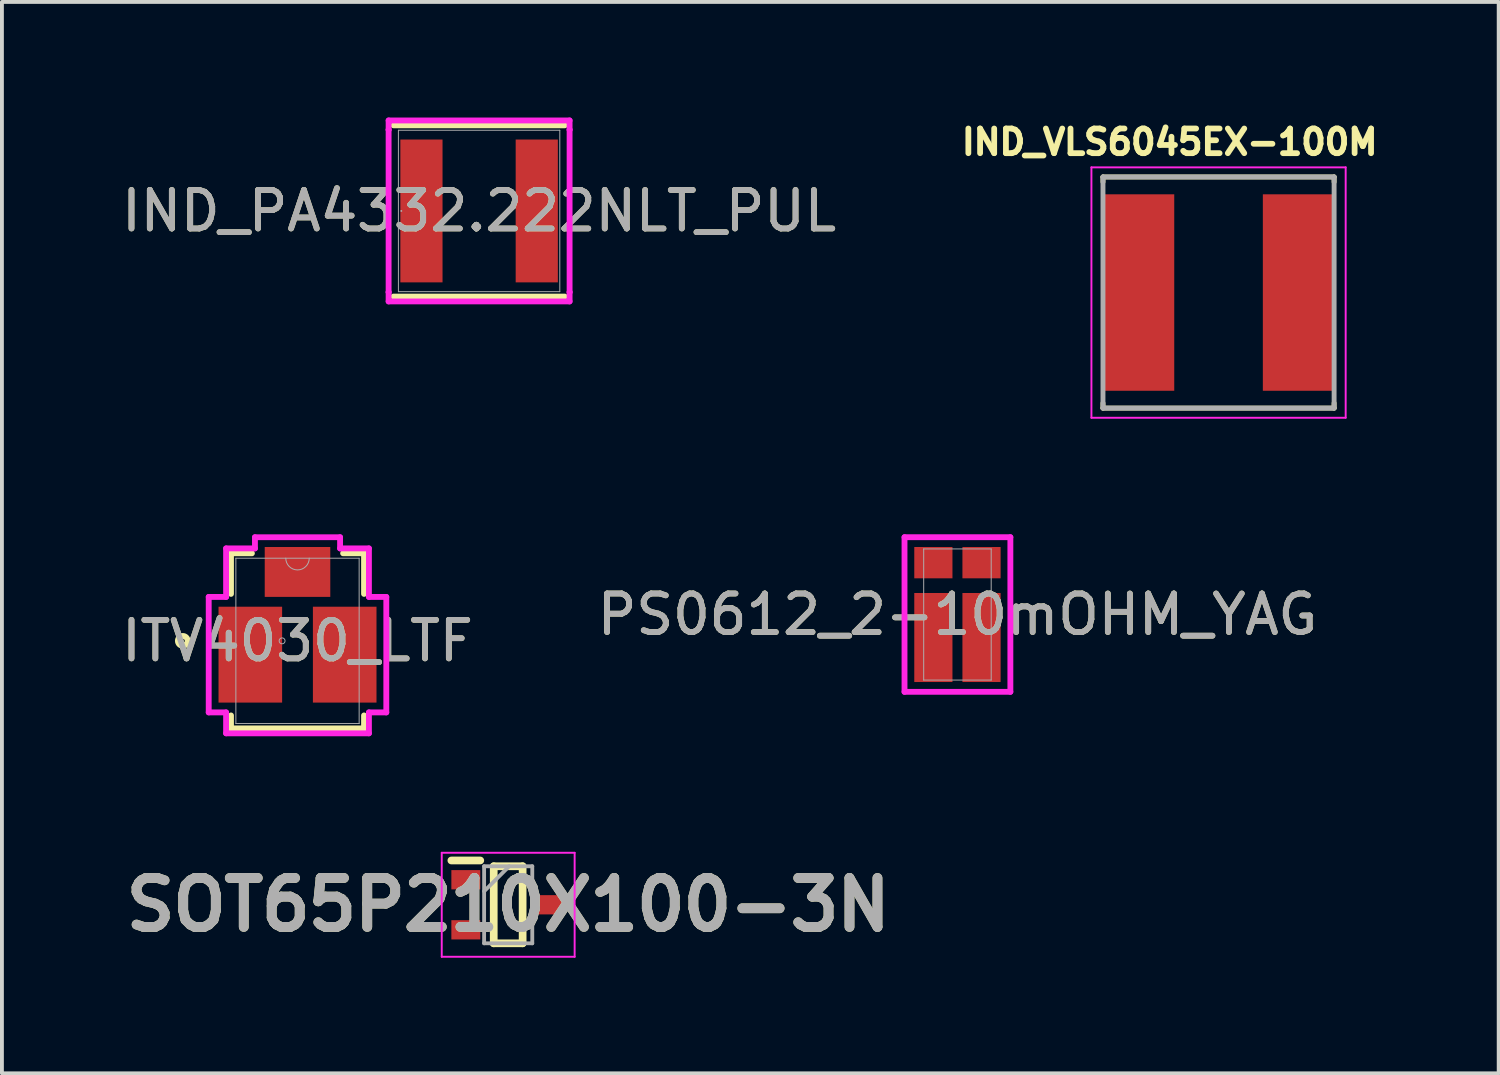
<source format=kicad_pcb>
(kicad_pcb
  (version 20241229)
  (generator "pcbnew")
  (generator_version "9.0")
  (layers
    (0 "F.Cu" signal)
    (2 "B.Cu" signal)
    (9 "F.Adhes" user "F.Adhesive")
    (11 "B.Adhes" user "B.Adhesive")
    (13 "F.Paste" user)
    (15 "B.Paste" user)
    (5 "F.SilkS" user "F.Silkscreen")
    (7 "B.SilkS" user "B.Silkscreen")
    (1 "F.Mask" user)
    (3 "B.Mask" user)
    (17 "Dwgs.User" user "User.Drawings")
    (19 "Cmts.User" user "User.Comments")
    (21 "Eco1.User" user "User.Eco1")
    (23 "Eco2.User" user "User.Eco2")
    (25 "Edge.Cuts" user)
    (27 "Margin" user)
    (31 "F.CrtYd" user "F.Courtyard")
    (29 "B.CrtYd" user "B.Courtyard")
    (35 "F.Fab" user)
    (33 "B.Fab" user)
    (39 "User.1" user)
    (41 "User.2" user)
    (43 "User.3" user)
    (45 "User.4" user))
  (footprint "ITV4030_LTF"
    (layer "F.Cu")
    (at 4.673 13.586)
    (property "Reference" "ITV4030_LTF" (at 0 0 0) (unlocked yes) (layer "F.SilkS") (effects (font (size 1 1) (thickness 0.15))))
    (attr smd)
    (fp_line (start -1.727 -2.273) (end -1.184 -2.273) (stroke (width 0.152) (type solid)) (layer "F.SilkS"))
    (fp_line (start -1.727 -1.219) (end -1.727 -2.273) (stroke (width 0.152) (type solid)) (layer "F.SilkS"))
    (fp_line (start -1.727 2.273) (end -1.727 1.936) (stroke (width 0.152) (type solid)) (layer "F.SilkS"))
    (fp_line (start 1.184 -2.273) (end 1.727 -2.273) (stroke (width 0.152) (type solid)) (layer "F.SilkS"))
    (fp_line (start 1.727 -2.273) (end 1.727 -1.219) (stroke (width 0.152) (type solid)) (layer "F.SilkS"))
    (fp_line (start 1.727 1.936) (end 1.727 2.273) (stroke (width 0.152) (type solid)) (layer "F.SilkS"))
    (fp_line (start 1.727 2.273) (end -1.727 2.273) (stroke (width 0.152) (type solid)) (layer "F.SilkS"))
    (fp_circle (center -2.978 0) (end -2.851 0) (stroke (width 0.152) (type solid)) (fill no) (layer "F.SilkS"))
    (fp_line (start -2.305 -1.14) (end -2.305 1.857) (stroke (width 0.152) (type solid)) (layer "F.CrtYd"))
    (fp_line (start -2.305 1.857) (end -1.854 1.857) (stroke (width 0.152) (type solid)) (layer "F.CrtYd"))
    (fp_line (start -1.854 -2.4) (end -1.854 -1.14) (stroke (width 0.152) (type solid)) (layer "F.CrtYd"))
    (fp_line (start -1.854 -1.14) (end -2.305 -1.14) (stroke (width 0.152) (type solid)) (layer "F.CrtYd"))
    (fp_line (start -1.854 1.857) (end -1.854 2.4) (stroke (width 0.152) (type solid)) (layer "F.CrtYd"))
    (fp_line (start -1.854 2.4) (end 1.854 2.4) (stroke (width 0.152) (type solid)) (layer "F.CrtYd"))
    (fp_line (start -1.105 -2.69) (end -1.105 -2.4) (stroke (width 0.152) (type solid)) (layer "F.CrtYd"))
    (fp_line (start -1.105 -2.4) (end -1.854 -2.4) (stroke (width 0.152) (type solid)) (layer "F.CrtYd"))
    (fp_line (start 1.105 -2.69) (end -1.105 -2.69) (stroke (width 0.152) (type solid)) (layer "F.CrtYd"))
    (fp_line (start 1.105 -2.4) (end 1.105 -2.69) (stroke (width 0.152) (type solid)) (layer "F.CrtYd"))
    (fp_line (start 1.854 -2.4) (end 1.105 -2.4) (stroke (width 0.152) (type solid)) (layer "F.CrtYd"))
    (fp_line (start 1.854 -1.14) (end 1.854 -2.4) (stroke (width 0.152) (type solid)) (layer "F.CrtYd"))
    (fp_line (start 1.854 1.857) (end 2.305 1.857) (stroke (width 0.152) (type solid)) (layer "F.CrtYd"))
    (fp_line (start 1.854 2.4) (end 1.854 1.857) (stroke (width 0.152) (type solid)) (layer "F.CrtYd"))
    (fp_line (start 2.305 -1.14) (end 1.854 -1.14) (stroke (width 0.152) (type solid)) (layer "F.CrtYd"))
    (fp_line (start 2.305 1.857) (end 2.305 -1.14) (stroke (width 0.152) (type solid)) (layer "F.CrtYd"))
    (fp_line (start -1.6 -2.146) (end -1.6 2.146) (stroke (width 0.025) (type solid)) (layer "F.Fab"))
    (fp_line (start -1.6 2.146) (end 1.6 2.146) (stroke (width 0.025) (type solid)) (layer "F.Fab"))
    (fp_line (start 1.6 -2.146) (end -1.6 -2.146) (stroke (width 0.025) (type solid)) (layer "F.Fab"))
    (fp_line (start 1.6 2.146) (end 1.6 -2.146) (stroke (width 0.025) (type solid)) (layer "F.Fab"))
    (fp_arc (start 0.3048 -2.1463) (mid 0 -1.8415) (end -0.3048 -2.1463) (stroke (width 0.0254) (type solid)) (layer "F.Fab"))
    (fp_circle (center -0.4 0) (end -0.323 0) (stroke (width 0.025) (type solid)) (fill no) (layer "F.Fab"))
    (fp_text user "${REFERENCE}" (at 0 0 0) (unlocked yes) (layer "F.Fab") (effects (font (size 1 1) (thickness 0.15))))
    (pad "1" smd rect (at -1.225 0.358) (size 1.651 2.489) (layers "F.Cu" "F.Mask" "F.Paste"))
    (pad "2" smd rect (at 1.225 0.358) (size 1.651 2.489) (layers "F.Cu" "F.Mask" "F.Paste"))
    (pad "3" smd rect (at 0 -1.789) (size 1.702 1.295) (layers "F.Cu" "F.Mask")))
  (footprint "IND_PA4332.222NLT_PUL"
    (layer "F.Cu")
    (at 9.387 2.426)
    (property "Reference" "IND_PA4332.222NLT_PUL" (at 0 0 0) (unlocked yes) (layer "F.SilkS") (effects (font (size 1 1) (thickness 0.15))))
    (attr smd)
    (fp_line (start -2.223 2.223) (end 2.223 2.223) (stroke (width 0.152) (type solid)) (layer "F.SilkS"))
    (fp_line (start 2.223 -2.223) (end -2.223 -2.223) (stroke (width 0.152) (type solid)) (layer "F.SilkS"))
    (fp_line (start -2.349 -2.349) (end 2.349 -2.349) (stroke (width 0.152) (type solid)) (layer "F.CrtYd"))
    (fp_line (start -2.349 -2.108) (end -2.349 -2.349) (stroke (width 0.152) (type solid)) (layer "F.CrtYd"))
    (fp_line (start -2.349 -2.108) (end -2.349 -2.108) (stroke (width 0.152) (type solid)) (layer "F.CrtYd"))
    (fp_line (start -2.349 2.108) (end -2.349 -2.108) (stroke (width 0.152) (type solid)) (layer "F.CrtYd"))
    (fp_line (start -2.349 2.108) (end -2.349 2.108) (stroke (width 0.152) (type solid)) (layer "F.CrtYd"))
    (fp_line (start -2.349 2.349) (end -2.349 2.108) (stroke (width 0.152) (type solid)) (layer "F.CrtYd"))
    (fp_line (start 2.349 -2.349) (end 2.349 -2.108) (stroke (width 0.152) (type solid)) (layer "F.CrtYd"))
    (fp_line (start 2.349 -2.108) (end 2.349 -2.108) (stroke (width 0.152) (type solid)) (layer "F.CrtYd"))
    (fp_line (start 2.349 -2.108) (end 2.349 2.108) (stroke (width 0.152) (type solid)) (layer "F.CrtYd"))
    (fp_line (start 2.349 2.108) (end 2.349 2.108) (stroke (width 0.152) (type solid)) (layer "F.CrtYd"))
    (fp_line (start 2.349 2.108) (end 2.349 2.349) (stroke (width 0.152) (type solid)) (layer "F.CrtYd"))
    (fp_line (start 2.349 2.349) (end -2.349 2.349) (stroke (width 0.152) (type solid)) (layer "F.CrtYd"))
    (fp_line (start -2.095 -2.095) (end -2.095 2.095) (stroke (width 0.025) (type solid)) (layer "F.Fab"))
    (fp_line (start -2.095 2.095) (end 2.095 2.095) (stroke (width 0.025) (type solid)) (layer "F.Fab"))
    (fp_line (start 2.095 -2.095) (end -2.095 -2.095) (stroke (width 0.025) (type solid)) (layer "F.Fab"))
    (fp_line (start 2.095 2.095) (end 2.095 -2.095) (stroke (width 0.025) (type solid)) (layer "F.Fab"))
    (fp_circle (center -2.019 0) (end -2.019 0) (stroke (width 0.025) (type solid)) (fill no) (layer "F.Fab"))
    (fp_text user "${REFERENCE}" (at 0 0 0) (unlocked yes) (layer "F.Fab") (effects (font (size 1 1) (thickness 0.15))))
    (pad "1" smd rect (at -1.497 0) (size 1.095 3.708) (layers "F.Cu" "F.Mask" "F.Paste"))
    (pad "2" smd rect (at 1.497 0) (size 1.095 3.708) (layers "F.Cu" "F.Mask" "F.Paste"))
    (zone (net_name "") (layer "F.Cu") (hatch full 0.508) (connect_pads) (min_thickness 0.254) (filled_areas_thickness no) (keepout (tracks not_allowed) (vias not_allowed) (pads allowed) (copperpour not_allowed) (footprints allowed)) (placement (enabled no)) (fill) (polygon (pts (xy 8.488 0.381) (xy 10.286 0.381) (xy 10.286 4.47) (xy 8.488 4.47)))))
  (footprint "SOT65P210X100-3N"
    (layer "F.Cu")
    (at 10.142 20.437)
    (property "Reference" "SOT65P210X100-3N" (at 0 0 0) (layer "F.SilkS") (effects (font (size 1.27 1.27) (thickness 0.254))))
    (attr smd)
    (fp_line (start -1.475 -1.15) (end -0.725 -1.15) (stroke (width 0.2) (type solid)) (layer "F.SilkS"))
    (fp_line (start -0.375 -1) (end 0.375 -1) (stroke (width 0.2) (type solid)) (layer "F.SilkS"))
    (fp_line (start -0.375 1) (end -0.375 -1) (stroke (width 0.2) (type solid)) (layer "F.SilkS"))
    (fp_line (start 0.375 -1) (end 0.375 1) (stroke (width 0.2) (type solid)) (layer "F.SilkS"))
    (fp_line (start 0.375 1) (end -0.375 1) (stroke (width 0.2) (type solid)) (layer "F.SilkS"))
    (fp_line (start -1.725 -1.35) (end 1.725 -1.35) (stroke (width 0.05) (type solid)) (layer "F.CrtYd"))
    (fp_line (start -1.725 1.35) (end -1.725 -1.35) (stroke (width 0.05) (type solid)) (layer "F.CrtYd"))
    (fp_line (start 1.725 -1.35) (end 1.725 1.35) (stroke (width 0.05) (type solid)) (layer "F.CrtYd"))
    (fp_line (start 1.725 1.35) (end -1.725 1.35) (stroke (width 0.05) (type solid)) (layer "F.CrtYd"))
    (fp_line (start -0.625 -1) (end 0.625 -1) (stroke (width 0.1) (type solid)) (layer "F.Fab"))
    (fp_line (start -0.625 -0.35) (end 0.025 -1) (stroke (width 0.1) (type solid)) (layer "F.Fab"))
    (fp_line (start -0.625 1) (end -0.625 -1) (stroke (width 0.1) (type solid)) (layer "F.Fab"))
    (fp_line (start 0.625 -1) (end 0.625 1) (stroke (width 0.1) (type solid)) (layer "F.Fab"))
    (fp_line (start 0.625 1) (end -0.625 1) (stroke (width 0.1) (type solid)) (layer "F.Fab"))
    (fp_text user "${REFERENCE}" (at 0 0 0) (layer "F.Fab") (effects (font (size 1.27 1.27) (thickness 0.254))))
    (pad "1" smd rect (at -1.1 -0.65 90) (size 0.5 0.75) (layers "F.Cu" "F.Mask" "F.Paste"))
    (pad "2" smd rect (at -1.1 0.65 90) (size 0.5 0.75) (layers "F.Cu" "F.Mask" "F.Paste"))
    (pad "3" smd rect (at 1.1 0 90) (size 0.5 0.75) (layers "F.Cu" "F.Mask" "F.Paste")))
  (footprint "PS0612_2-10mOHM_YAG"
    (layer "F.Cu")
    (at 21.804 12.902)
    (property "Reference" "PS0612_2-10mOHM_YAG" (at 0 0 0) (unlocked yes) (layer "F.SilkS") (effects (font (size 1 1) (thickness 0.15))))
    (attr smd)
    (fp_line (start -1.374 -2.007) (end 1.374 -2.007) (stroke (width 0.152) (type solid)) (layer "F.CrtYd"))
    (fp_line (start -1.374 2.007) (end -1.374 -2.007) (stroke (width 0.152) (type solid)) (layer "F.CrtYd"))
    (fp_line (start 1.374 -2.007) (end 1.374 2.007) (stroke (width 0.152) (type solid)) (layer "F.CrtYd"))
    (fp_line (start 1.374 2.007) (end -1.374 2.007) (stroke (width 0.152) (type solid)) (layer "F.CrtYd"))
    (fp_line (start -0.876 -1.702) (end -0.876 1.702) (stroke (width 0.025) (type solid)) (layer "F.Fab"))
    (fp_line (start -0.876 1.702) (end 0.876 1.702) (stroke (width 0.025) (type solid)) (layer "F.Fab"))
    (fp_line (start 0.876 -1.702) (end -0.876 -1.702) (stroke (width 0.025) (type solid)) (layer "F.Fab"))
    (fp_line (start 0.876 1.702) (end 0.876 -1.702) (stroke (width 0.025) (type solid)) (layer "F.Fab"))
    (fp_text user "${REFERENCE}" (at 0 0 0) (unlocked yes) (layer "F.Fab") (effects (font (size 1 1) (thickness 0.15))))
    (pad "1" smd rect (at -0.625 0.597) (size 0.991 2.311) (layers "F.Cu" "F.Mask" "F.Paste"))
    (pad "2" smd rect (at -0.625 -1.346) (size 0.991 0.813) (layers "F.Cu" "F.Mask" "F.Paste"))
    (pad "3" smd rect (at 0.625 -1.346) (size 0.991 0.813) (layers "F.Cu" "F.Mask" "F.Paste"))
    (pad "4" smd rect (at 0.625 0.597) (size 0.991 2.311) (layers "F.Cu" "F.Mask" "F.Paste"))
    (zone (net_name "") (layer "F.Cu") (hatch full 0.508) (connect_pads) (min_thickness 0.254) (filled_areas_thickness no) (keepout (tracks not_allowed) (vias not_allowed) (pads allowed) (copperpour not_allowed) (footprints allowed)) (placement (enabled no)) (fill) (polygon (pts (xy 21.725 11.251) (xy 21.882 11.251) (xy 21.882 14.553) (xy 21.725 14.553)))))
  (footprint "IND_VLS6045EX-100M"
    (layer "F.Cu")
    (at 28.582 4.544)
    (property "Reference" "IND_VLS6045EX-100M" (at -1.268 -3.906 0) (layer "F.SilkS") (effects (font (size 0.64 0.64) (thickness 0.15))))
    (attr smd)
    (fp_line (start -3 -3) (end -3 -2.87) (stroke (width 0.127) (type solid)) (layer "F.SilkS"))
    (fp_line (start -3 -3) (end 3 -3) (stroke (width 0.127) (type solid)) (layer "F.SilkS"))
    (fp_line (start -3 3) (end -3 2.87) (stroke (width 0.127) (type solid)) (layer "F.SilkS"))
    (fp_line (start -3 3) (end 3 3) (stroke (width 0.127) (type solid)) (layer "F.SilkS"))
    (fp_line (start 3 -3) (end 3 -2.87) (stroke (width 0.127) (type solid)) (layer "F.SilkS"))
    (fp_line (start 3 3) (end 3 2.87) (stroke (width 0.127) (type solid)) (layer "F.SilkS"))
    (fp_line (start -3.3 -3.25) (end -3.3 3.25) (stroke (width 0.05) (type solid)) (layer "F.CrtYd"))
    (fp_line (start -3.3 3.25) (end 3.3 3.25) (stroke (width 0.05) (type solid)) (layer "F.CrtYd"))
    (fp_line (start 3.3 -3.25) (end -3.3 -3.25) (stroke (width 0.05) (type solid)) (layer "F.CrtYd"))
    (fp_line (start 3.3 3.25) (end 3.3 -3.25) (stroke (width 0.05) (type solid)) (layer "F.CrtYd"))
    (fp_line (start -3 -3) (end -3 3) (stroke (width 0.127) (type solid)) (layer "F.Fab"))
    (fp_line (start -3 -3) (end 3 -3) (stroke (width 0.127) (type solid)) (layer "F.Fab"))
    (fp_line (start -3 3) (end 3 3) (stroke (width 0.127) (type solid)) (layer "F.Fab"))
    (fp_line (start 3 -3) (end 3 3) (stroke (width 0.127) (type solid)) (layer "F.Fab"))
    (pad "1" smd rect (at -2.1 0) (size 1.9 5.1) (layers "F.Cu" "F.Mask" "F.Paste"))
    (pad "2" smd rect (at 2.1 0) (size 1.9 5.1) (layers "F.Cu" "F.Mask" "F.Paste")))
  (gr_rect
    (start -3 -3)
    (end 35.854 24.812)
    (stroke (width 0.1) (type default))
    (fill no)
    (layer "Edge.Cuts")))
</source>
